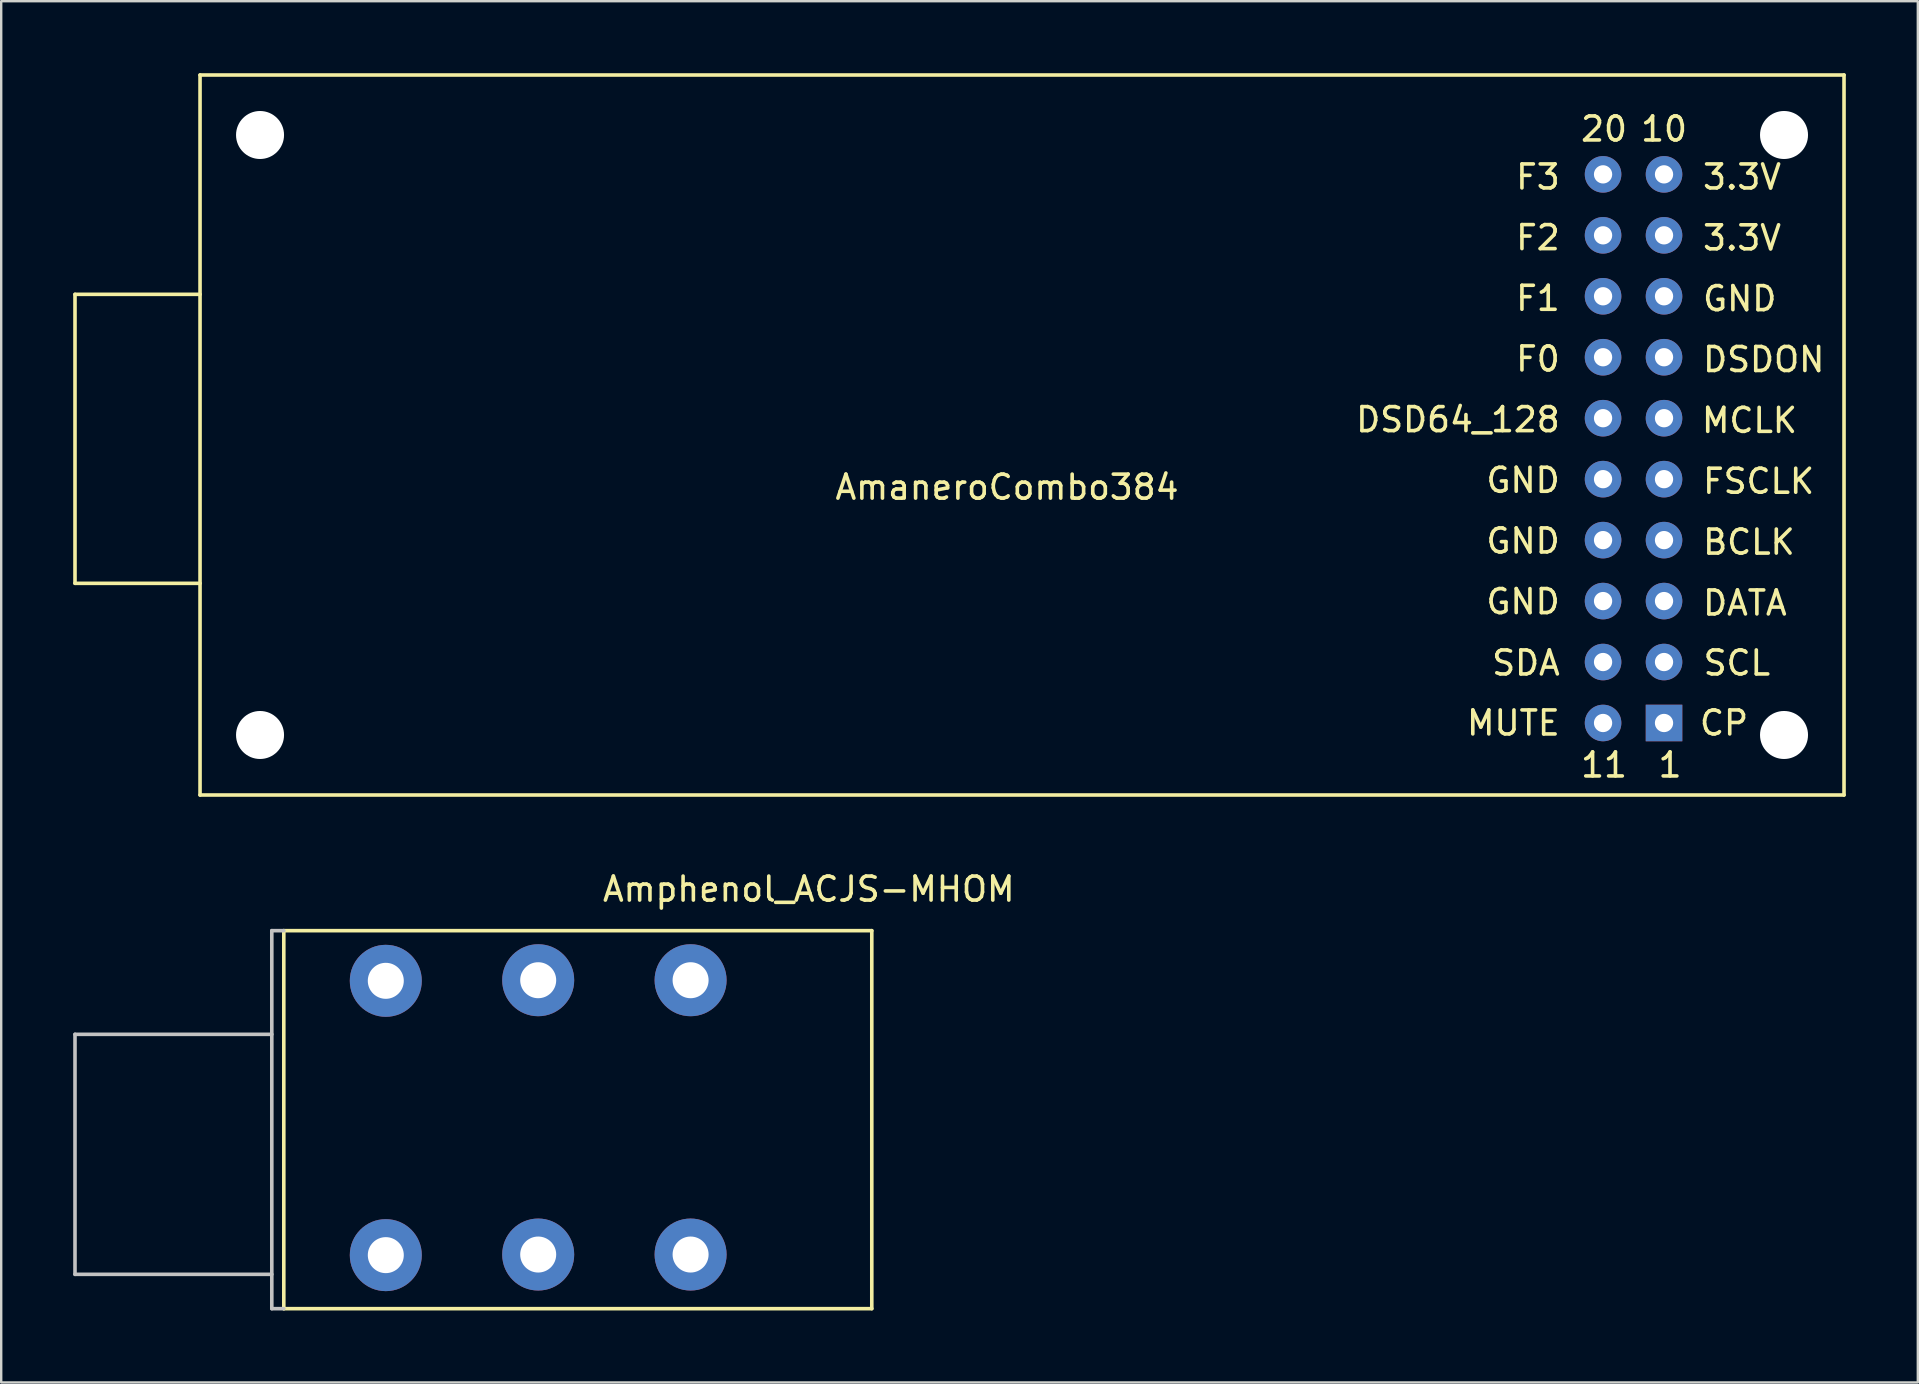
<source format=kicad_pcb>
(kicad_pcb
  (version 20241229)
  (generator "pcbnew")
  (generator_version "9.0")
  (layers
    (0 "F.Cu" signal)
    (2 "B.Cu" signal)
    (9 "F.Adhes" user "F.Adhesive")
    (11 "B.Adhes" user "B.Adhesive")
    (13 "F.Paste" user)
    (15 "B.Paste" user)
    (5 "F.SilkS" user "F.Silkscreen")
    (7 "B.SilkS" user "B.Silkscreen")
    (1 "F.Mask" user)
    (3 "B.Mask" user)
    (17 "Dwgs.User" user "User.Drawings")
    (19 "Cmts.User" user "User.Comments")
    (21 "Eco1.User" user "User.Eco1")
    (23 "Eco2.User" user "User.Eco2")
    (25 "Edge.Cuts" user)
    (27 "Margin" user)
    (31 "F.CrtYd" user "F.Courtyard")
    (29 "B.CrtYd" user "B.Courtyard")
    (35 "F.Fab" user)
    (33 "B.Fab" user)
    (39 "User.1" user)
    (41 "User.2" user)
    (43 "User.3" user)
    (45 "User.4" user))
  (footprint "Amphenol_ACJS-MHOM"
    (layer "F.Cu")
    (at 8.275 45.048)
    (property "Reference" "Amphenol_ACJS-MHOM" (at 22.375 -11.05 0) (layer "F.SilkS") (effects (font (size 1 1) (thickness 0.15))))
    (attr through_hole)
    (fp_line (start 0.5 -9.32) (end 0.5 6.43) (stroke (width 0.15) (type solid)) (layer "F.SilkS"))
    (fp_line (start 0.5 -9.32) (end 25 -9.32) (stroke (width 0.15) (type solid)) (layer "F.SilkS"))
    (fp_line (start 0.5 6.43) (end 25 6.43) (stroke (width 0.15) (type solid)) (layer "F.SilkS"))
    (fp_line (start 25 -9.32) (end 25 6.43) (stroke (width 0.15) (type solid)) (layer "F.SilkS"))
    (fp_line (start -8.2 -5) (end -8.2 5) (stroke (width 0.15) (type solid)) (layer "Dwgs.User"))
    (fp_line (start -8.2 -5) (end 0 -5) (stroke (width 0.15) (type solid)) (layer "Dwgs.User"))
    (fp_line (start -8.2 5) (end 0 5) (stroke (width 0.15) (type solid)) (layer "Dwgs.User"))
    (fp_line (start 0 -9.32) (end 0 6.43) (stroke (width 0.15) (type solid)) (layer "Dwgs.User"))
    (fp_line (start 0.5 -9.32) (end 0 -9.32) (stroke (width 0.15) (type solid)) (layer "Dwgs.User"))
    (fp_line (start 0.5 6.43) (end 0 6.43) (stroke (width 0.15) (type solid)) (layer "Dwgs.User"))
    (pad "1" thru_hole circle (at 4.75 -7.23) (size 3 3) (drill 1.5) (layers "*.Cu" "*.Mask"))
    (pad "2" thru_hole circle (at 11.1 -7.255) (size 3 3) (drill 1.5) (layers "*.Cu" "*.Mask"))
    (pad "3" thru_hole circle (at 17.45 -7.255) (size 3 3) (drill 1.5) (layers "*.Cu" "*.Mask"))
    (pad "4" thru_hole circle (at 17.45 4.175) (size 3 3) (drill 1.5) (layers "*.Cu" "*.Mask"))
    (pad "5" thru_hole circle (at 11.1 4.175) (size 3 3) (drill 1.5) (layers "*.Cu" "*.Mask"))
    (pad "6" thru_hole circle (at 4.75 4.2) (size 3 3) (drill 1.5) (layers "*.Cu" "*.Mask")))
  (footprint "AmaneroCombo384"
    (layer "F.Cu")
    (at 39.535 15.075)
    (property "Reference" "AmaneroCombo384" (at -0.625 2.175 0) (layer "F.SilkS") (effects (font (size 1 1) (thickness 0.15))))
    (attr through_hole)
    (fp_line (start -39.46 -5.86) (end -39.46 6.18) (stroke (width 0.15) (type solid)) (layer "F.SilkS"))
    (fp_line (start -34.25 -15) (end -34.25 15) (stroke (width 0.15) (type solid)) (layer "F.SilkS"))
    (fp_line (start -34.25 -15) (end 34.25 -15) (stroke (width 0.15) (type solid)) (layer "F.SilkS"))
    (fp_line (start -34.25 -5.86) (end -39.46 -5.86) (stroke (width 0.15) (type solid)) (layer "F.SilkS"))
    (fp_line (start -34.25 6.18) (end -39.46 6.18) (stroke (width 0.15) (type solid)) (layer "F.SilkS"))
    (fp_line (start -34.25 15) (end 34.25 15) (stroke (width 0.15) (type solid)) (layer "F.SilkS"))
    (fp_line (start 34.25 -15) (end 34.25 15) (stroke (width 0.15) (type solid)) (layer "F.SilkS"))
    (fp_text user "FSCLK" (at 30.69 1.929 0) (layer "F.SilkS") (effects (font (size 1 1) (thickness 0.15))))
    (fp_text user "GND" (at 29.905 -5.679 0) (layer "F.SilkS") (effects (font (size 1 1) (thickness 0.15))))
    (fp_text user "MCLK" (at 30.31 -0.607 0) (layer "F.SilkS") (effects (font (size 1 1) (thickness 0.15))))
    (fp_text user "F0" (at 22.5 -3.167 0) (layer "F.SilkS") (effects (font (size 1 1) (thickness 0.15)) (justify right)))
    (fp_text user "CP" (at 29.25 12 0) (layer "F.SilkS") (effects (font (size 1 1) (thickness 0.15))))
    (fp_text user "1" (at 27 13.75 0) (layer "F.SilkS") (effects (font (size 1 1) (thickness 0.15))))
    (fp_text user "F2" (at 22.5 -8.222 0) (layer "F.SilkS") (effects (font (size 1 1) (thickness 0.15)) (justify right)))
    (fp_text user "SCL" (at 28.306 9.5 0) (layer "F.SilkS") (effects (font (size 1 1) (thickness 0.15)) (justify left)))
    (fp_text user "GND" (at 22.5 6.944 0) (layer "F.SilkS") (effects (font (size 1 1) (thickness 0.15)) (justify right)))
    (fp_text user "10" (at 26.75 -12.75 0) (layer "F.SilkS") (effects (font (size 1 1) (thickness 0.15))))
    (fp_text user "SDA" (at 22.5 9.5 0) (layer "F.SilkS") (effects (font (size 1 1) (thickness 0.15)) (justify right)))
    (fp_text user "3.3V" (at 30 -10.75 0) (layer "F.SilkS") (effects (font (size 1 1) (thickness 0.15))))
    (fp_text user "20" (at 24.25 -12.75 0) (layer "F.SilkS") (effects (font (size 1 1) (thickness 0.15))))
    (fp_text user "3.3V" (at 30 -8.214 0) (layer "F.SilkS") (effects (font (size 1 1) (thickness 0.15))))
    (fp_text user "11" (at 24.25 13.75 0) (layer "F.SilkS") (effects (font (size 1 1) (thickness 0.15))))
    (fp_text user "DATA" (at 30.119 7 0) (layer "F.SilkS") (effects (font (size 1 1) (thickness 0.15))))
    (fp_text user "GND" (at 22.5 4.417 0) (layer "F.SilkS") (effects (font (size 1 1) (thickness 0.15)) (justify right)))
    (fp_text user "F1" (at 22.5 -5.694 0) (layer "F.SilkS") (effects (font (size 1 1) (thickness 0.15)) (justify right)))
    (fp_text user "MUTE" (at 22.5 12 0) (layer "F.SilkS") (effects (font (size 1 1) (thickness 0.15)) (justify right)))
    (fp_text user "F3" (at 22.5 -10.75 0) (layer "F.SilkS") (effects (font (size 1 1) (thickness 0.15)) (justify right)))
    (fp_text user "BCLK" (at 30.286 4.464 0) (layer "F.SilkS") (effects (font (size 1 1) (thickness 0.15))))
    (fp_text user "DSD64_128" (at 22.5 -0.639 0) (layer "F.SilkS") (effects (font (size 1 1) (thickness 0.15)) (justify right)))
    (fp_text user "DSDON" (at 30.905 -3.143 0) (layer "F.SilkS") (effects (font (size 1 1) (thickness 0.15))))
    (fp_text user "GND" (at 22.5 1.889 0) (layer "F.SilkS") (effects (font (size 1 1) (thickness 0.15)) (justify right)))
    (pad "" np_thru_hole circle (at -31.75 -12.5) (size 2 2) (drill 2) (layers "*.Cu" "*.Mask"))
    (pad "" np_thru_hole circle (at -31.75 12.5) (size 2 2) (drill 2) (layers "*.Cu" "*.Mask"))
    (pad "" np_thru_hole circle (at 31.75 -12.5) (size 2 2) (drill 2) (layers "*.Cu" "*.Mask"))
    (pad "" np_thru_hole circle (at 31.75 12.5) (size 2 2) (drill 2) (layers "*.Cu" "*.Mask"))
    (pad "1" thru_hole rect (at 26.75 12) (size 1.524 1.524) (drill 0.762) (layers "*.Cu" "*.Mask"))
    (pad "2" thru_hole circle (at 26.75 9.46) (size 1.524 1.524) (drill 0.762) (layers "*.Cu" "*.Mask"))
    (pad "3" thru_hole circle (at 26.75 6.92) (size 1.524 1.524) (drill 0.762) (layers "*.Cu" "*.Mask"))
    (pad "4" thru_hole circle (at 26.75 4.38) (size 1.524 1.524) (drill 0.762) (layers "*.Cu" "*.Mask"))
    (pad "5" thru_hole circle (at 26.75 1.84) (size 1.524 1.524) (drill 0.762) (layers "*.Cu" "*.Mask"))
    (pad "6" thru_hole circle (at 26.75 -0.7) (size 1.524 1.524) (drill 0.762) (layers "*.Cu" "*.Mask"))
    (pad "7" thru_hole circle (at 26.75 -3.24) (size 1.524 1.524) (drill 0.762) (layers "*.Cu" "*.Mask"))
    (pad "8" thru_hole circle (at 26.75 -5.78) (size 1.524 1.524) (drill 0.762) (layers "*.Cu" "*.Mask"))
    (pad "9" thru_hole circle (at 26.75 -8.32) (size 1.524 1.524) (drill 0.762) (layers "*.Cu" "*.Mask"))
    (pad "10" thru_hole circle (at 26.75 -10.86) (size 1.524 1.524) (drill 0.762) (layers "*.Cu" "*.Mask"))
    (pad "11" thru_hole circle (at 24.21 12) (size 1.524 1.524) (drill 0.762) (layers "*.Cu" "*.Mask"))
    (pad "12" thru_hole circle (at 24.21 9.46) (size 1.524 1.524) (drill 0.762) (layers "*.Cu" "*.Mask"))
    (pad "13" thru_hole circle (at 24.21 6.92) (size 1.524 1.524) (drill 0.762) (layers "*.Cu" "*.Mask"))
    (pad "14" thru_hole circle (at 24.21 4.38) (size 1.524 1.524) (drill 0.762) (layers "*.Cu" "*.Mask"))
    (pad "15" thru_hole circle (at 24.21 1.84) (size 1.524 1.524) (drill 0.762) (layers "*.Cu" "*.Mask"))
    (pad "16" thru_hole circle (at 24.21 -0.7) (size 1.524 1.524) (drill 0.762) (layers "*.Cu" "*.Mask"))
    (pad "17" thru_hole circle (at 24.21 -3.24) (size 1.524 1.524) (drill 0.762) (layers "*.Cu" "*.Mask"))
    (pad "18" thru_hole circle (at 24.21 -5.78) (size 1.524 1.524) (drill 0.762) (layers "*.Cu" "*.Mask"))
    (pad "19" thru_hole circle (at 24.21 -8.32) (size 1.524 1.524) (drill 0.762) (layers "*.Cu" "*.Mask"))
    (pad "20" thru_hole circle (at 24.21 -10.86) (size 1.524 1.524) (drill 0.762) (layers "*.Cu" "*.Mask")))
  (gr_rect
    (start -3 -3)
    (end 76.86 54.553)
    (stroke (width 0.1) (type default))
    (fill no)
    (layer "Edge.Cuts")))
</source>
